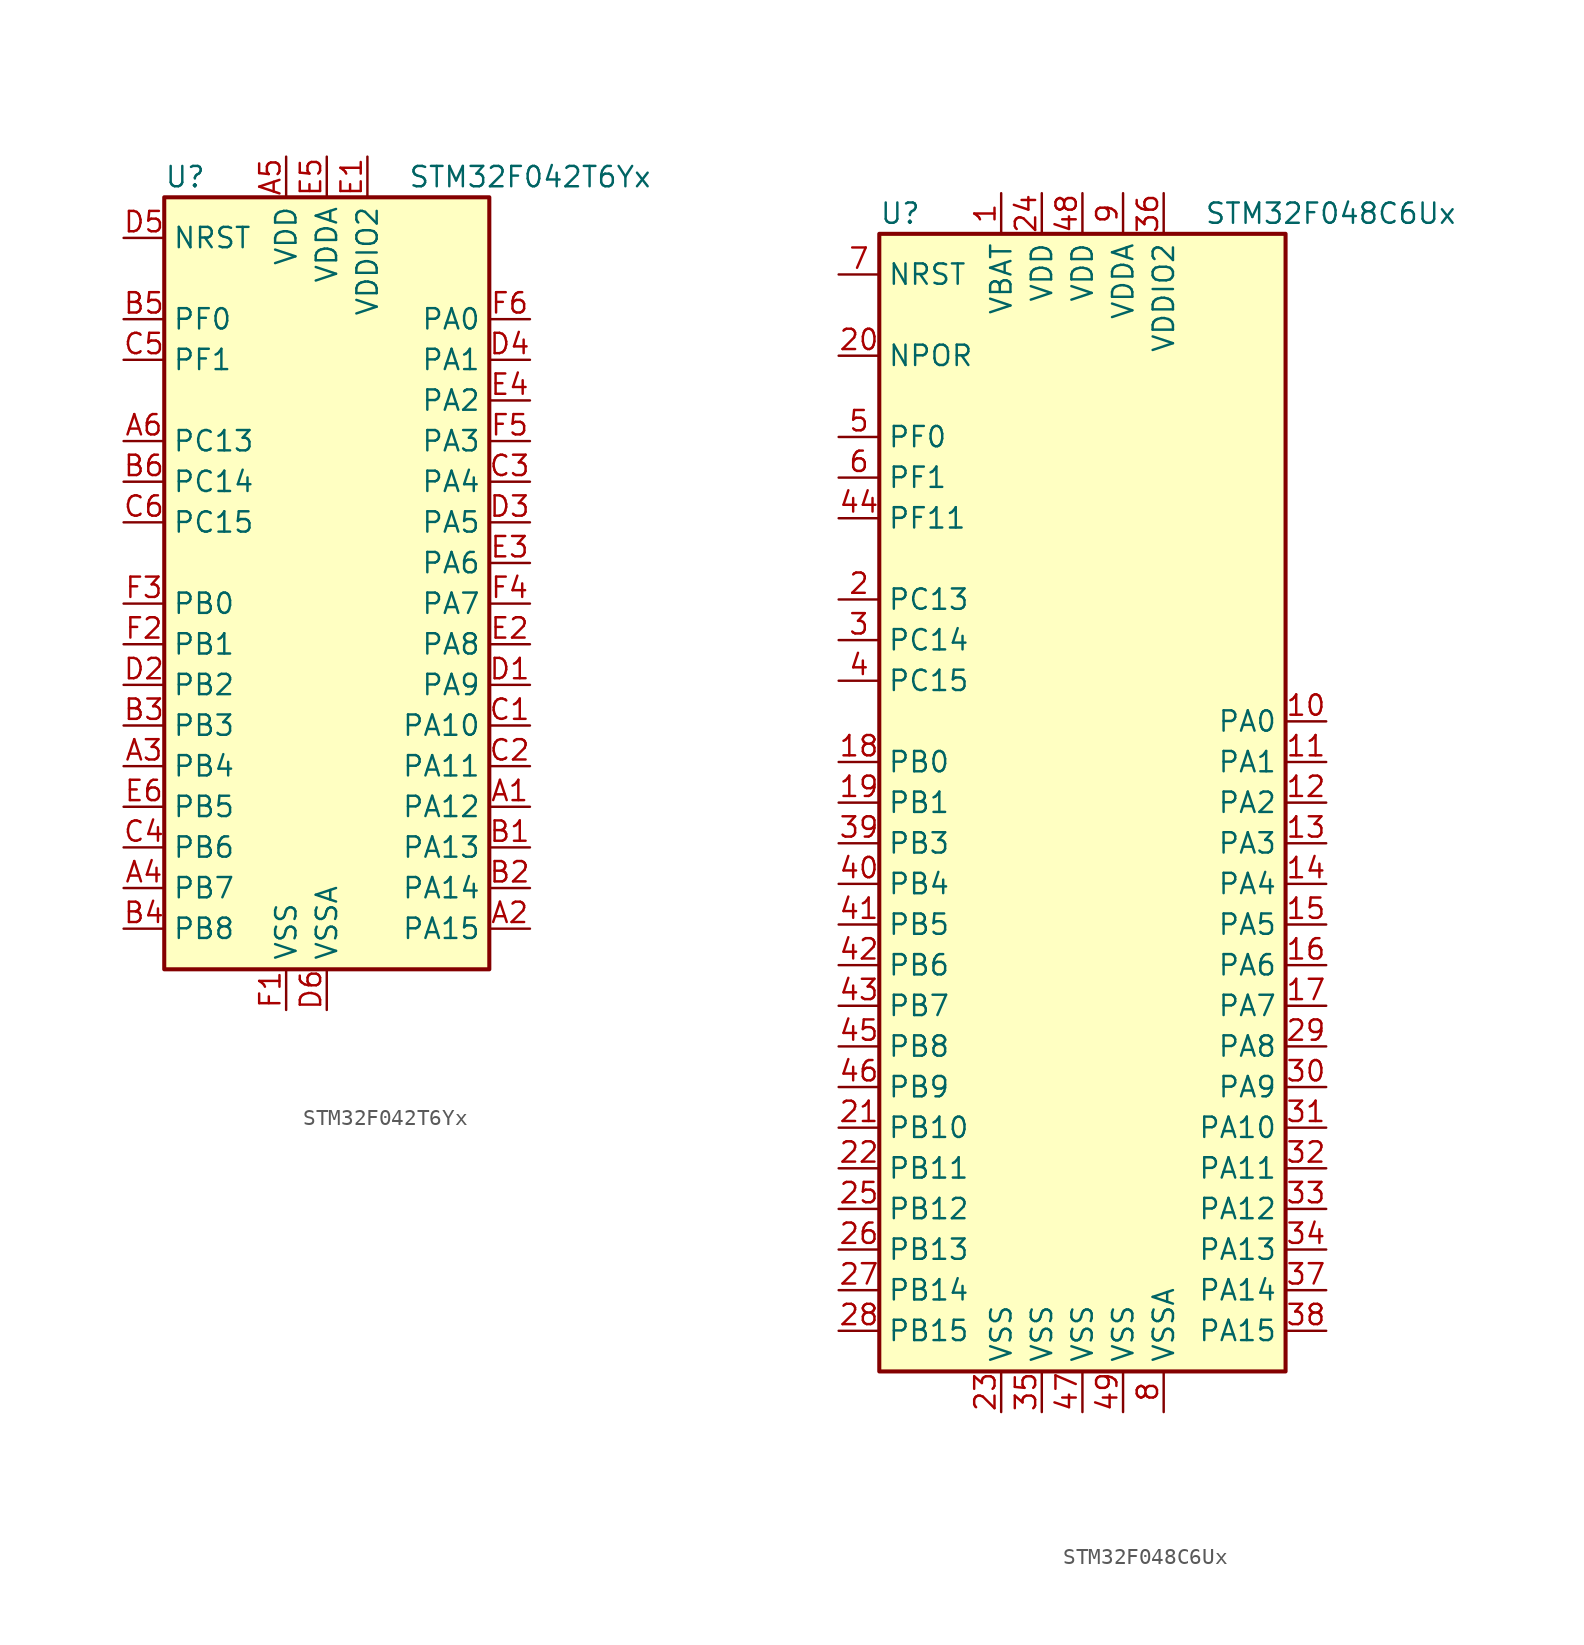
<source format=kicad_sym>
(kicad_symbol_lib
  (version 20201005)
  (generator kicad_symbol_editor)
  (symbol "STM32F042T6Yx"
    (property "Reference" "U"
      (at -10.16 24.13 0)
      (effects (font (size 1.27 1.27)) (justify left)))
    (property "Value" "STM32F042T6Yx"
      (at 5.08 24.13 0)
      (effects (font (size 1.27 1.27)) (justify left)))
    (symbol "STM32F042T6Yx_0_1"
      (rectangle (start -10.16 -25.4) (end 10.16 22.86) (stroke (width 0.254)) (fill (type background))))
    (symbol "STM32F042T6Yx_1_1"
      (pin bidirectional line (at 12.7 -15.24 180) (length 2.54) (name "PA12" (effects (font (size 1.27 1.27)))) (number "A1" (effects (font (size 1.27 1.27)))))
      (pin bidirectional line (at 12.7 -22.86 180) (length 2.54) (name "PA15" (effects (font (size 1.27 1.27)))) (number "A2" (effects (font (size 1.27 1.27)))))
      (pin bidirectional line (at -12.7 -12.7 0) (length 2.54) (name "PB4" (effects (font (size 1.27 1.27)))) (number "A3" (effects (font (size 1.27 1.27)))))
      (pin bidirectional line (at -12.7 -20.32 0) (length 2.54) (name "PB7" (effects (font (size 1.27 1.27)))) (number "A4" (effects (font (size 1.27 1.27)))))
      (pin power_in line (at -2.54 25.4 270) (length 2.54) (name "VDD" (effects (font (size 1.27 1.27)))) (number "A5" (effects (font (size 1.27 1.27)))))
      (pin bidirectional line (at -12.7 7.62 0) (length 2.54) (name "PC13" (effects (font (size 1.27 1.27)))) (number "A6" (effects (font (size 1.27 1.27)))))
      (pin bidirectional line (at 12.7 -17.78 180) (length 2.54) (name "PA13" (effects (font (size 1.27 1.27)))) (number "B1" (effects (font (size 1.27 1.27)))))
      (pin bidirectional line (at 12.7 -20.32 180) (length 2.54) (name "PA14" (effects (font (size 1.27 1.27)))) (number "B2" (effects (font (size 1.27 1.27)))))
      (pin bidirectional line (at -12.7 -10.16 0) (length 2.54) (name "PB3" (effects (font (size 1.27 1.27)))) (number "B3" (effects (font (size 1.27 1.27)))))
      (pin bidirectional line (at -12.7 -22.86 0) (length 2.54) (name "PB8" (effects (font (size 1.27 1.27)))) (number "B4" (effects (font (size 1.27 1.27)))))
      (pin input line (at -12.7 15.24 0) (length 2.54) (name "PF0" (effects (font (size 1.27 1.27)))) (number "B5" (effects (font (size 1.27 1.27)))))
      (pin bidirectional line (at -12.7 5.08 0) (length 2.54) (name "PC14" (effects (font (size 1.27 1.27)))) (number "B6" (effects (font (size 1.27 1.27)))))
      (pin bidirectional line (at 12.7 -10.16 180) (length 2.54) (name "PA10" (effects (font (size 1.27 1.27)))) (number "C1" (effects (font (size 1.27 1.27)))))
      (pin bidirectional line (at 12.7 -12.7 180) (length 2.54) (name "PA11" (effects (font (size 1.27 1.27)))) (number "C2" (effects (font (size 1.27 1.27)))))
      (pin bidirectional line (at 12.7 5.08 180) (length 2.54) (name "PA4" (effects (font (size 1.27 1.27)))) (number "C3" (effects (font (size 1.27 1.27)))))
      (pin bidirectional line (at -12.7 -17.78 0) (length 2.54) (name "PB6" (effects (font (size 1.27 1.27)))) (number "C4" (effects (font (size 1.27 1.27)))))
      (pin input line (at -12.7 12.7 0) (length 2.54) (name "PF1" (effects (font (size 1.27 1.27)))) (number "C5" (effects (font (size 1.27 1.27)))))
      (pin bidirectional line (at -12.7 2.54 0) (length 2.54) (name "PC15" (effects (font (size 1.27 1.27)))) (number "C6" (effects (font (size 1.27 1.27)))))
      (pin bidirectional line (at 12.7 -7.62 180) (length 2.54) (name "PA9" (effects (font (size 1.27 1.27)))) (number "D1" (effects (font (size 1.27 1.27)))))
      (pin bidirectional line (at -12.7 -7.62 0) (length 2.54) (name "PB2" (effects (font (size 1.27 1.27)))) (number "D2" (effects (font (size 1.27 1.27)))))
      (pin bidirectional line (at 12.7 2.54 180) (length 2.54) (name "PA5" (effects (font (size 1.27 1.27)))) (number "D3" (effects (font (size 1.27 1.27)))))
      (pin bidirectional line (at 12.7 12.7 180) (length 2.54) (name "PA1" (effects (font (size 1.27 1.27)))) (number "D4" (effects (font (size 1.27 1.27)))))
      (pin input line (at -12.7 20.32 0) (length 2.54) (name "NRST" (effects (font (size 1.27 1.27)))) (number "D5" (effects (font (size 1.27 1.27)))))
      (pin power_in line (at 0 -27.94 90) (length 2.54) (name "VSSA" (effects (font (size 1.27 1.27)))) (number "D6" (effects (font (size 1.27 1.27)))))
      (pin power_in line (at 2.54 25.4 270) (length 2.54) (name "VDDIO2" (effects (font (size 1.27 1.27)))) (number "E1" (effects (font (size 1.27 1.27)))))
      (pin bidirectional line (at 12.7 -5.08 180) (length 2.54) (name "PA8" (effects (font (size 1.27 1.27)))) (number "E2" (effects (font (size 1.27 1.27)))))
      (pin bidirectional line (at 12.7 0 180) (length 2.54) (name "PA6" (effects (font (size 1.27 1.27)))) (number "E3" (effects (font (size 1.27 1.27)))))
      (pin bidirectional line (at 12.7 10.16 180) (length 2.54) (name "PA2" (effects (font (size 1.27 1.27)))) (number "E4" (effects (font (size 1.27 1.27)))))
      (pin power_in line (at 0 25.4 270) (length 2.54) (name "VDDA" (effects (font (size 1.27 1.27)))) (number "E5" (effects (font (size 1.27 1.27)))))
      (pin bidirectional line (at -12.7 -15.24 0) (length 2.54) (name "PB5" (effects (font (size 1.27 1.27)))) (number "E6" (effects (font (size 1.27 1.27)))))
      (pin power_in line (at -2.54 -27.94 90) (length 2.54) (name "VSS" (effects (font (size 1.27 1.27)))) (number "F1" (effects (font (size 1.27 1.27)))))
      (pin bidirectional line (at -12.7 -5.08 0) (length 2.54) (name "PB1" (effects (font (size 1.27 1.27)))) (number "F2" (effects (font (size 1.27 1.27)))))
      (pin bidirectional line (at -12.7 -2.54 0) (length 2.54) (name "PB0" (effects (font (size 1.27 1.27)))) (number "F3" (effects (font (size 1.27 1.27)))))
      (pin bidirectional line (at 12.7 -2.54 180) (length 2.54) (name "PA7" (effects (font (size 1.27 1.27)))) (number "F4" (effects (font (size 1.27 1.27)))))
      (pin bidirectional line (at 12.7 7.62 180) (length 2.54) (name "PA3" (effects (font (size 1.27 1.27)))) (number "F5" (effects (font (size 1.27 1.27)))))
      (pin bidirectional line (at 12.7 15.24 180) (length 2.54) (name "PA0" (effects (font (size 1.27 1.27)))) (number "F6" (effects (font (size 1.27 1.27)))))))
  (symbol "STM32F048C6Ux"
    (property "Reference" "U"
      (at -12.7 36.83 0)
      (effects (font (size 1.27 1.27)) (justify left)))
    (property "Value" "STM32F048C6Ux"
      (at 7.62 36.83 0)
      (effects (font (size 1.27 1.27)) (justify left)))
    (symbol "STM32F048C6Ux_0_1"
      (rectangle (start -12.7 -35.56) (end 12.7 35.56) (stroke (width 0.254)) (fill (type background))))
    (symbol "STM32F048C6Ux_1_1"
      (pin power_in line (at -5.08 38.1 270) (length 2.54) (name "VBAT" (effects (font (size 1.27 1.27)))) (number "1" (effects (font (size 1.27 1.27)))))
      (pin bidirectional line (at 15.24 5.08 180) (length 2.54) (name "PA0" (effects (font (size 1.27 1.27)))) (number "10" (effects (font (size 1.27 1.27)))))
      (pin bidirectional line (at 15.24 2.54 180) (length 2.54) (name "PA1" (effects (font (size 1.27 1.27)))) (number "11" (effects (font (size 1.27 1.27)))))
      (pin bidirectional line (at 15.24 0 180) (length 2.54) (name "PA2" (effects (font (size 1.27 1.27)))) (number "12" (effects (font (size 1.27 1.27)))))
      (pin bidirectional line (at 15.24 -2.54 180) (length 2.54) (name "PA3" (effects (font (size 1.27 1.27)))) (number "13" (effects (font (size 1.27 1.27)))))
      (pin bidirectional line (at 15.24 -5.08 180) (length 2.54) (name "PA4" (effects (font (size 1.27 1.27)))) (number "14" (effects (font (size 1.27 1.27)))))
      (pin bidirectional line (at 15.24 -7.62 180) (length 2.54) (name "PA5" (effects (font (size 1.27 1.27)))) (number "15" (effects (font (size 1.27 1.27)))))
      (pin bidirectional line (at 15.24 -10.16 180) (length 2.54) (name "PA6" (effects (font (size 1.27 1.27)))) (number "16" (effects (font (size 1.27 1.27)))))
      (pin bidirectional line (at 15.24 -12.7 180) (length 2.54) (name "PA7" (effects (font (size 1.27 1.27)))) (number "17" (effects (font (size 1.27 1.27)))))
      (pin bidirectional line (at -15.24 2.54 0) (length 2.54) (name "PB0" (effects (font (size 1.27 1.27)))) (number "18" (effects (font (size 1.27 1.27)))))
      (pin bidirectional line (at -15.24 0 0) (length 2.54) (name "PB1" (effects (font (size 1.27 1.27)))) (number "19" (effects (font (size 1.27 1.27)))))
      (pin bidirectional line (at -15.24 12.7 0) (length 2.54) (name "PC13" (effects (font (size 1.27 1.27)))) (number "2" (effects (font (size 1.27 1.27)))))
      (pin power_in line (at -15.24 27.94 0) (length 2.54) (name "NPOR" (effects (font (size 1.27 1.27)))) (number "20" (effects (font (size 1.27 1.27)))))
      (pin bidirectional line (at -15.24 -20.32 0) (length 2.54) (name "PB10" (effects (font (size 1.27 1.27)))) (number "21" (effects (font (size 1.27 1.27)))))
      (pin bidirectional line (at -15.24 -22.86 0) (length 2.54) (name "PB11" (effects (font (size 1.27 1.27)))) (number "22" (effects (font (size 1.27 1.27)))))
      (pin power_in line (at -5.08 -38.1 90) (length 2.54) (name "VSS" (effects (font (size 1.27 1.27)))) (number "23" (effects (font (size 1.27 1.27)))))
      (pin power_in line (at -2.54 38.1 270) (length 2.54) (name "VDD" (effects (font (size 1.27 1.27)))) (number "24" (effects (font (size 1.27 1.27)))))
      (pin bidirectional line (at -15.24 -25.4 0) (length 2.54) (name "PB12" (effects (font (size 1.27 1.27)))) (number "25" (effects (font (size 1.27 1.27)))))
      (pin bidirectional line (at -15.24 -27.94 0) (length 2.54) (name "PB13" (effects (font (size 1.27 1.27)))) (number "26" (effects (font (size 1.27 1.27)))))
      (pin bidirectional line (at -15.24 -30.48 0) (length 2.54) (name "PB14" (effects (font (size 1.27 1.27)))) (number "27" (effects (font (size 1.27 1.27)))))
      (pin bidirectional line (at -15.24 -33.02 0) (length 2.54) (name "PB15" (effects (font (size 1.27 1.27)))) (number "28" (effects (font (size 1.27 1.27)))))
      (pin bidirectional line (at 15.24 -15.24 180) (length 2.54) (name "PA8" (effects (font (size 1.27 1.27)))) (number "29" (effects (font (size 1.27 1.27)))))
      (pin bidirectional line (at -15.24 10.16 0) (length 2.54) (name "PC14" (effects (font (size 1.27 1.27)))) (number "3" (effects (font (size 1.27 1.27)))))
      (pin bidirectional line (at 15.24 -17.78 180) (length 2.54) (name "PA9" (effects (font (size 1.27 1.27)))) (number "30" (effects (font (size 1.27 1.27)))))
      (pin bidirectional line (at 15.24 -20.32 180) (length 2.54) (name "PA10" (effects (font (size 1.27 1.27)))) (number "31" (effects (font (size 1.27 1.27)))))
      (pin bidirectional line (at 15.24 -22.86 180) (length 2.54) (name "PA11" (effects (font (size 1.27 1.27)))) (number "32" (effects (font (size 1.27 1.27)))))
      (pin bidirectional line (at 15.24 -25.4 180) (length 2.54) (name "PA12" (effects (font (size 1.27 1.27)))) (number "33" (effects (font (size 1.27 1.27)))))
      (pin bidirectional line (at 15.24 -27.94 180) (length 2.54) (name "PA13" (effects (font (size 1.27 1.27)))) (number "34" (effects (font (size 1.27 1.27)))))
      (pin power_in line (at -2.54 -38.1 90) (length 2.54) (name "VSS" (effects (font (size 1.27 1.27)))) (number "35" (effects (font (size 1.27 1.27)))))
      (pin power_in line (at 5.08 38.1 270) (length 2.54) (name "VDDIO2" (effects (font (size 1.27 1.27)))) (number "36" (effects (font (size 1.27 1.27)))))
      (pin bidirectional line (at 15.24 -30.48 180) (length 2.54) (name "PA14" (effects (font (size 1.27 1.27)))) (number "37" (effects (font (size 1.27 1.27)))))
      (pin bidirectional line (at 15.24 -33.02 180) (length 2.54) (name "PA15" (effects (font (size 1.27 1.27)))) (number "38" (effects (font (size 1.27 1.27)))))
      (pin bidirectional line (at -15.24 -2.54 0) (length 2.54) (name "PB3" (effects (font (size 1.27 1.27)))) (number "39" (effects (font (size 1.27 1.27)))))
      (pin bidirectional line (at -15.24 7.62 0) (length 2.54) (name "PC15" (effects (font (size 1.27 1.27)))) (number "4" (effects (font (size 1.27 1.27)))))
      (pin bidirectional line (at -15.24 -5.08 0) (length 2.54) (name "PB4" (effects (font (size 1.27 1.27)))) (number "40" (effects (font (size 1.27 1.27)))))
      (pin bidirectional line (at -15.24 -7.62 0) (length 2.54) (name "PB5" (effects (font (size 1.27 1.27)))) (number "41" (effects (font (size 1.27 1.27)))))
      (pin bidirectional line (at -15.24 -10.16 0) (length 2.54) (name "PB6" (effects (font (size 1.27 1.27)))) (number "42" (effects (font (size 1.27 1.27)))))
      (pin bidirectional line (at -15.24 -12.7 0) (length 2.54) (name "PB7" (effects (font (size 1.27 1.27)))) (number "43" (effects (font (size 1.27 1.27)))))
      (pin bidirectional line (at -15.24 17.78 0) (length 2.54) (name "PF11" (effects (font (size 1.27 1.27)))) (number "44" (effects (font (size 1.27 1.27)))))
      (pin bidirectional line (at -15.24 -15.24 0) (length 2.54) (name "PB8" (effects (font (size 1.27 1.27)))) (number "45" (effects (font (size 1.27 1.27)))))
      (pin bidirectional line (at -15.24 -17.78 0) (length 2.54) (name "PB9" (effects (font (size 1.27 1.27)))) (number "46" (effects (font (size 1.27 1.27)))))
      (pin power_in line (at 0 -38.1 90) (length 2.54) (name "VSS" (effects (font (size 1.27 1.27)))) (number "47" (effects (font (size 1.27 1.27)))))
      (pin power_in line (at 0 38.1 270) (length 2.54) (name "VDD" (effects (font (size 1.27 1.27)))) (number "48" (effects (font (size 1.27 1.27)))))
      (pin power_in line (at 2.54 -38.1 90) (length 2.54) (name "VSS" (effects (font (size 1.27 1.27)))) (number "49" (effects (font (size 1.27 1.27)))))
      (pin input line (at -15.24 22.86 0) (length 2.54) (name "PF0" (effects (font (size 1.27 1.27)))) (number "5" (effects (font (size 1.27 1.27)))))
      (pin input line (at -15.24 20.32 0) (length 2.54) (name "PF1" (effects (font (size 1.27 1.27)))) (number "6" (effects (font (size 1.27 1.27)))))
      (pin input line (at -15.24 33.02 0) (length 2.54) (name "NRST" (effects (font (size 1.27 1.27)))) (number "7" (effects (font (size 1.27 1.27)))))
      (pin power_in line (at 5.08 -38.1 90) (length 2.54) (name "VSSA" (effects (font (size 1.27 1.27)))) (number "8" (effects (font (size 1.27 1.27)))))
      (pin power_in line (at 2.54 38.1 270) (length 2.54) (name "VDDA" (effects (font (size 1.27 1.27)))) (number "9" (effects (font (size 1.27 1.27))))))))
</source>
